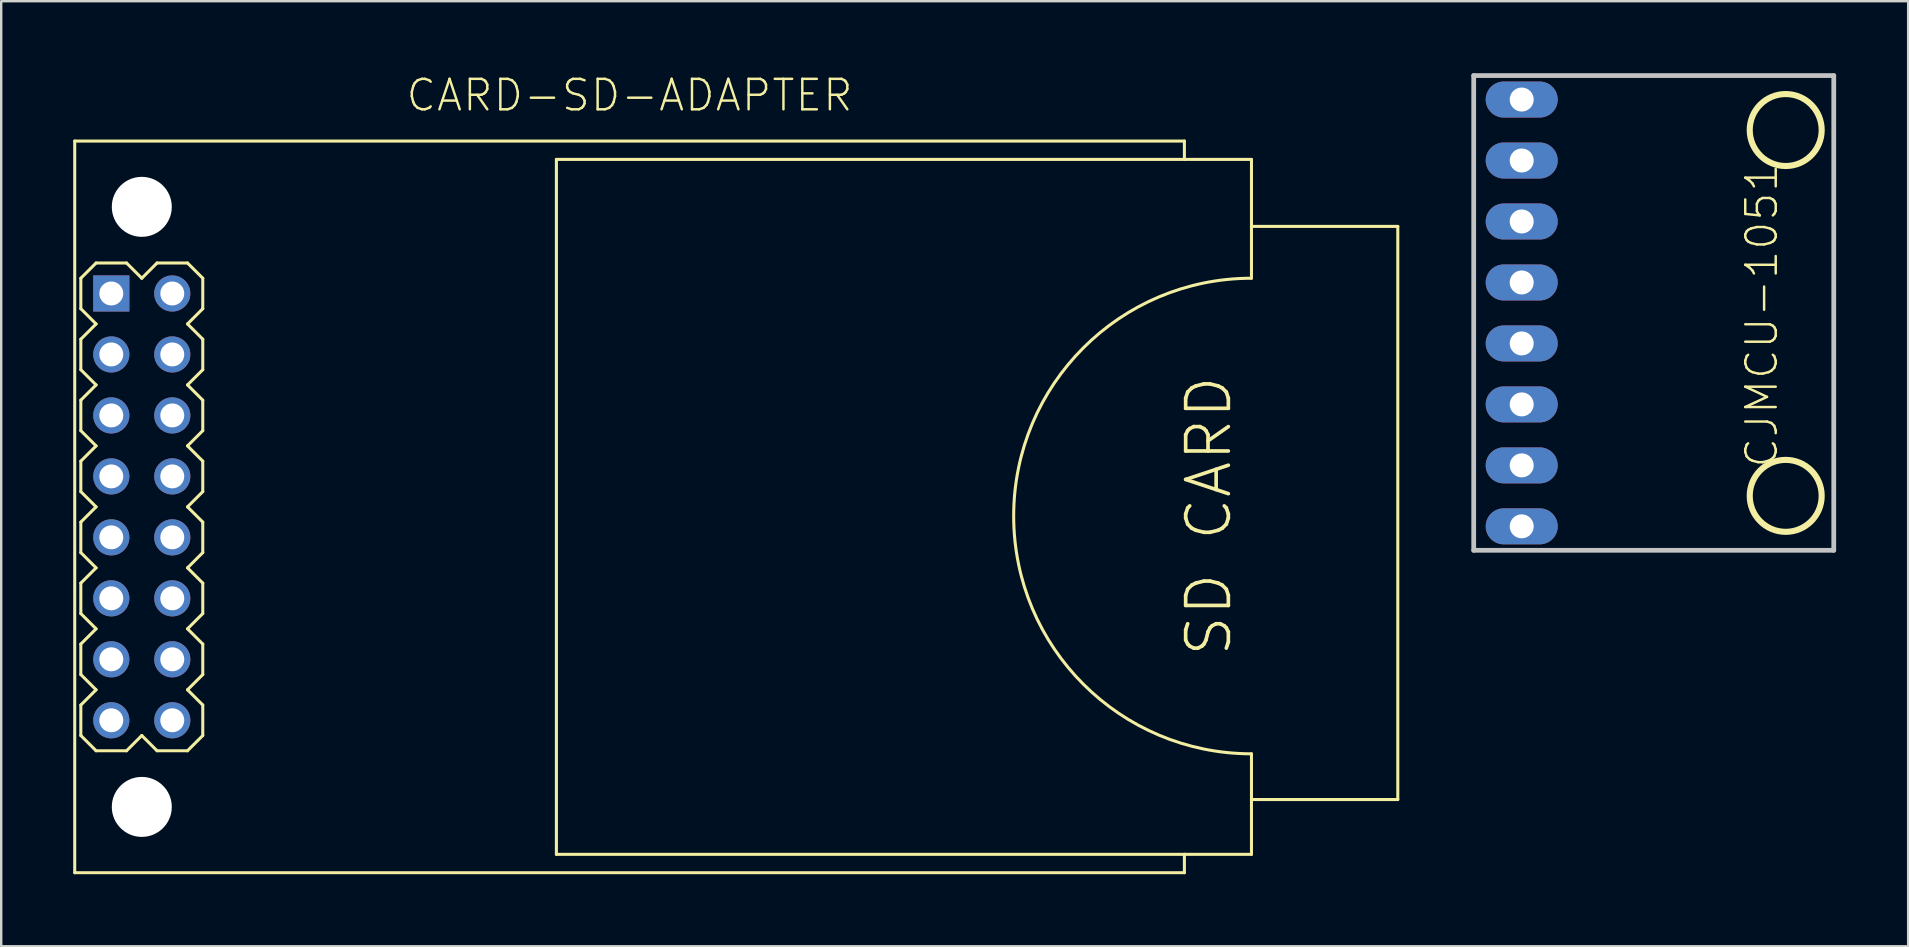
<source format=kicad_pcb>
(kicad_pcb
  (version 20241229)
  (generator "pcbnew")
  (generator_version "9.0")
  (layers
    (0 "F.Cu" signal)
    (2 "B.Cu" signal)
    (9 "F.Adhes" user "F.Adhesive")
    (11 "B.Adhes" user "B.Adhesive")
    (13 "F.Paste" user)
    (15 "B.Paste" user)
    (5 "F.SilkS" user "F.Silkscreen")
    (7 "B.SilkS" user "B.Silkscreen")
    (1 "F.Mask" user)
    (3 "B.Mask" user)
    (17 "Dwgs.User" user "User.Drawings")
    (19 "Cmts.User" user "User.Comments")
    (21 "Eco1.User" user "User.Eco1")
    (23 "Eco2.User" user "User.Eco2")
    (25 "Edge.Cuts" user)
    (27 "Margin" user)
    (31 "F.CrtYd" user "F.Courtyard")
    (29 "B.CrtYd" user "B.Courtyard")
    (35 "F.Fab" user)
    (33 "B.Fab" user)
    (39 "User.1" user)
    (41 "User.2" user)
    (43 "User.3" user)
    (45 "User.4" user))
  (footprint "CARD-SD-ADAPTER"
    (layer "F.Cu")
    (at 23.177 18.066)
    (property "Reference" "CARD-SD-ADAPTER" (at 0 -17.145 0) (layer "F.SilkS") (effects (font (size 1.27 1.27) (thickness 0.102))))
    (attr exclude_from_pos_files exclude_from_bom)
    (fp_line (start -23.114 -15.24) (end 23.114 -15.24) (stroke (width 0.127) (type solid)) (layer "F.SilkS"))
    (fp_line (start -23.114 15.24) (end -23.114 -15.24) (stroke (width 0.127) (type solid)) (layer "F.SilkS"))
    (fp_line (start -22.86 -9.525) (end -22.225 -10.16) (stroke (width 0.127) (type solid)) (layer "F.SilkS"))
    (fp_line (start -22.86 -8.255) (end -22.86 -9.525) (stroke (width 0.127) (type solid)) (layer "F.SilkS"))
    (fp_line (start -22.86 -6.985) (end -22.225 -7.62) (stroke (width 0.127) (type solid)) (layer "F.SilkS"))
    (fp_line (start -22.86 -5.715) (end -22.86 -6.985) (stroke (width 0.127) (type solid)) (layer "F.SilkS"))
    (fp_line (start -22.86 -4.445) (end -22.225 -5.08) (stroke (width 0.127) (type solid)) (layer "F.SilkS"))
    (fp_line (start -22.86 -3.175) (end -22.86 -4.445) (stroke (width 0.127) (type solid)) (layer "F.SilkS"))
    (fp_line (start -22.86 -1.905) (end -22.225 -2.54) (stroke (width 0.127) (type solid)) (layer "F.SilkS"))
    (fp_line (start -22.86 -0.635) (end -22.86 -1.905) (stroke (width 0.127) (type solid)) (layer "F.SilkS"))
    (fp_line (start -22.86 0.635) (end -22.225 0) (stroke (width 0.127) (type solid)) (layer "F.SilkS"))
    (fp_line (start -22.86 1.905) (end -22.86 0.635) (stroke (width 0.127) (type solid)) (layer "F.SilkS"))
    (fp_line (start -22.86 3.175) (end -22.225 2.54) (stroke (width 0.127) (type solid)) (layer "F.SilkS"))
    (fp_line (start -22.86 4.445) (end -22.86 3.175) (stroke (width 0.127) (type solid)) (layer "F.SilkS"))
    (fp_line (start -22.86 5.715) (end -22.225 5.08) (stroke (width 0.127) (type solid)) (layer "F.SilkS"))
    (fp_line (start -22.86 6.985) (end -22.86 5.715) (stroke (width 0.127) (type solid)) (layer "F.SilkS"))
    (fp_line (start -22.86 8.255) (end -22.225 7.62) (stroke (width 0.127) (type solid)) (layer "F.SilkS"))
    (fp_line (start -22.86 9.525) (end -22.86 8.255) (stroke (width 0.127) (type solid)) (layer "F.SilkS"))
    (fp_line (start -22.225 -10.16) (end -20.955 -10.16) (stroke (width 0.127) (type solid)) (layer "F.SilkS"))
    (fp_line (start -22.225 -7.62) (end -22.86 -8.255) (stroke (width 0.127) (type solid)) (layer "F.SilkS"))
    (fp_line (start -22.225 -5.08) (end -22.86 -5.715) (stroke (width 0.127) (type solid)) (layer "F.SilkS"))
    (fp_line (start -22.225 -2.54) (end -22.86 -3.175) (stroke (width 0.127) (type solid)) (layer "F.SilkS"))
    (fp_line (start -22.225 0) (end -22.86 -0.635) (stroke (width 0.127) (type solid)) (layer "F.SilkS"))
    (fp_line (start -22.225 2.54) (end -22.86 1.905) (stroke (width 0.127) (type solid)) (layer "F.SilkS"))
    (fp_line (start -22.225 5.08) (end -22.86 4.445) (stroke (width 0.127) (type solid)) (layer "F.SilkS"))
    (fp_line (start -22.225 7.62) (end -22.86 6.985) (stroke (width 0.127) (type solid)) (layer "F.SilkS"))
    (fp_line (start -22.225 10.16) (end -22.86 9.525) (stroke (width 0.127) (type solid)) (layer "F.SilkS"))
    (fp_line (start -20.955 -10.16) (end -20.32 -9.525) (stroke (width 0.127) (type solid)) (layer "F.SilkS"))
    (fp_line (start -20.955 10.16) (end -22.225 10.16) (stroke (width 0.127) (type solid)) (layer "F.SilkS"))
    (fp_line (start -20.32 -9.525) (end -19.685 -10.16) (stroke (width 0.127) (type solid)) (layer "F.SilkS"))
    (fp_line (start -20.32 9.525) (end -20.955 10.16) (stroke (width 0.127) (type solid)) (layer "F.SilkS"))
    (fp_line (start -19.685 -10.16) (end -18.415 -10.16) (stroke (width 0.127) (type solid)) (layer "F.SilkS"))
    (fp_line (start -19.685 10.16) (end -20.32 9.525) (stroke (width 0.127) (type solid)) (layer "F.SilkS"))
    (fp_line (start -18.415 -10.16) (end -17.78 -9.525) (stroke (width 0.127) (type solid)) (layer "F.SilkS"))
    (fp_line (start -18.415 -7.62) (end -17.78 -6.985) (stroke (width 0.127) (type solid)) (layer "F.SilkS"))
    (fp_line (start -18.415 -5.08) (end -17.78 -4.445) (stroke (width 0.127) (type solid)) (layer "F.SilkS"))
    (fp_line (start -18.415 -2.54) (end -17.78 -1.905) (stroke (width 0.127) (type solid)) (layer "F.SilkS"))
    (fp_line (start -18.415 0) (end -17.78 0.635) (stroke (width 0.127) (type solid)) (layer "F.SilkS"))
    (fp_line (start -18.415 2.54) (end -17.78 3.175) (stroke (width 0.127) (type solid)) (layer "F.SilkS"))
    (fp_line (start -18.415 5.08) (end -17.78 5.715) (stroke (width 0.127) (type solid)) (layer "F.SilkS"))
    (fp_line (start -18.415 7.62) (end -17.78 8.255) (stroke (width 0.127) (type solid)) (layer "F.SilkS"))
    (fp_line (start -18.415 10.16) (end -19.685 10.16) (stroke (width 0.127) (type solid)) (layer "F.SilkS"))
    (fp_line (start -17.78 -9.525) (end -17.78 -8.255) (stroke (width 0.127) (type solid)) (layer "F.SilkS"))
    (fp_line (start -17.78 -8.255) (end -18.415 -7.62) (stroke (width 0.127) (type solid)) (layer "F.SilkS"))
    (fp_line (start -17.78 -6.985) (end -17.78 -5.715) (stroke (width 0.127) (type solid)) (layer "F.SilkS"))
    (fp_line (start -17.78 -5.715) (end -18.415 -5.08) (stroke (width 0.127) (type solid)) (layer "F.SilkS"))
    (fp_line (start -17.78 -4.445) (end -17.78 -3.175) (stroke (width 0.127) (type solid)) (layer "F.SilkS"))
    (fp_line (start -17.78 -3.175) (end -18.415 -2.54) (stroke (width 0.127) (type solid)) (layer "F.SilkS"))
    (fp_line (start -17.78 -1.905) (end -17.78 -0.635) (stroke (width 0.127) (type solid)) (layer "F.SilkS"))
    (fp_line (start -17.78 -0.635) (end -18.415 0) (stroke (width 0.127) (type solid)) (layer "F.SilkS"))
    (fp_line (start -17.78 0.635) (end -17.78 1.905) (stroke (width 0.127) (type solid)) (layer "F.SilkS"))
    (fp_line (start -17.78 1.905) (end -18.415 2.54) (stroke (width 0.127) (type solid)) (layer "F.SilkS"))
    (fp_line (start -17.78 3.175) (end -17.78 4.445) (stroke (width 0.127) (type solid)) (layer "F.SilkS"))
    (fp_line (start -17.78 4.445) (end -18.415 5.08) (stroke (width 0.127) (type solid)) (layer "F.SilkS"))
    (fp_line (start -17.78 5.715) (end -17.78 6.985) (stroke (width 0.127) (type solid)) (layer "F.SilkS"))
    (fp_line (start -17.78 6.985) (end -18.415 7.62) (stroke (width 0.127) (type solid)) (layer "F.SilkS"))
    (fp_line (start -17.78 8.255) (end -17.78 9.525) (stroke (width 0.127) (type solid)) (layer "F.SilkS"))
    (fp_line (start -17.78 9.525) (end -18.415 10.16) (stroke (width 0.127) (type solid)) (layer "F.SilkS"))
    (fp_line (start -3.048 -14.475) (end -3.048 14.475) (stroke (width 0.127) (type solid)) (layer "F.SilkS"))
    (fp_line (start -3.048 14.475) (end 23.114 14.475) (stroke (width 0.127) (type solid)) (layer "F.SilkS"))
    (fp_line (start 23.114 -15.24) (end 23.114 -14.475) (stroke (width 0.127) (type solid)) (layer "F.SilkS"))
    (fp_line (start 23.114 -14.475) (end -3.048 -14.475) (stroke (width 0.127) (type solid)) (layer "F.SilkS"))
    (fp_line (start 23.114 14.475) (end 25.908 14.475) (stroke (width 0.127) (type solid)) (layer "F.SilkS"))
    (fp_line (start 23.114 15.24) (end -23.114 15.24) (stroke (width 0.127) (type solid)) (layer "F.SilkS"))
    (fp_line (start 23.114 15.24) (end 23.114 14.475) (stroke (width 0.127) (type solid)) (layer "F.SilkS"))
    (fp_line (start 25.908 -14.475) (end 23.114 -14.475) (stroke (width 0.127) (type solid)) (layer "F.SilkS"))
    (fp_line (start 25.908 -14.475) (end 25.908 -11.684) (stroke (width 0.127) (type solid)) (layer "F.SilkS"))
    (fp_line (start 25.908 -11.684) (end 25.908 -9.525) (stroke (width 0.127) (type solid)) (layer "F.SilkS"))
    (fp_line (start 25.908 -11.684) (end 32.004 -11.684) (stroke (width 0.127) (type solid)) (layer "F.SilkS"))
    (fp_line (start 25.908 12.192) (end 25.908 10.287) (stroke (width 0.127) (type solid)) (layer "F.SilkS"))
    (fp_line (start 25.908 14.475) (end 25.908 12.192) (stroke (width 0.127) (type solid)) (layer "F.SilkS"))
    (fp_line (start 32.004 -11.684) (end 32.004 12.192) (stroke (width 0.127) (type solid)) (layer "F.SilkS"))
    (fp_line (start 32.004 12.192) (end 25.908 12.192) (stroke (width 0.127) (type solid)) (layer "F.SilkS"))
    (fp_arc (start 25.908 10.287) (mid 16.002 0.381) (end 25.908 -9.525) (stroke (width 0.127) (type solid)) (layer "F.SilkS"))
    (fp_text user "SD CARD" (at 24.13 0.381 90) (layer "F.SilkS") (effects (font (size 1.778 1.778) (thickness 0.152))))
    (pad "" np_thru_hole circle (at -20.32 -12.499) (size 2.499 2.499) (drill 2.499) (layers "*.Cu" "*.Mask"))
    (pad "" np_thru_hole circle (at -20.32 12.499) (size 2.499 2.499) (drill 2.499) (layers "*.Cu" "*.Mask"))
    (pad "1" thru_hole rect (at -21.59 -8.89) (size 1.506 1.506) (drill 0.998) (layers "*.Cu" "*.Paste" "*.Mask"))
    (pad "2" thru_hole circle (at -19.05 -8.89) (size 1.506 1.506) (drill 0.998) (layers "*.Cu" "*.Paste" "*.Mask"))
    (pad "3" thru_hole circle (at -21.59 -6.35) (size 1.506 1.506) (drill 0.998) (layers "*.Cu" "*.Paste" "*.Mask"))
    (pad "4" thru_hole circle (at -19.05 -6.35) (size 1.506 1.506) (drill 0.998) (layers "*.Cu" "*.Paste" "*.Mask"))
    (pad "5" thru_hole circle (at -21.59 -3.81) (size 1.506 1.506) (drill 0.998) (layers "*.Cu" "*.Paste" "*.Mask"))
    (pad "6" thru_hole circle (at -19.05 -3.81) (size 1.506 1.506) (drill 0.998) (layers "*.Cu" "*.Paste" "*.Mask"))
    (pad "7" thru_hole circle (at -21.59 -1.27) (size 1.506 1.506) (drill 0.998) (layers "*.Cu" "*.Paste" "*.Mask"))
    (pad "8" thru_hole circle (at -19.05 -1.27) (size 1.506 1.506) (drill 0.998) (layers "*.Cu" "*.Paste" "*.Mask"))
    (pad "9" thru_hole circle (at -21.59 1.27) (size 1.506 1.506) (drill 0.998) (layers "*.Cu" "*.Paste" "*.Mask"))
    (pad "10" thru_hole circle (at -19.05 1.27) (size 1.506 1.506) (drill 0.998) (layers "*.Cu" "*.Paste" "*.Mask"))
    (pad "11" thru_hole circle (at -21.59 3.81) (size 1.506 1.506) (drill 0.998) (layers "*.Cu" "*.Paste" "*.Mask"))
    (pad "12" thru_hole circle (at -19.05 3.81) (size 1.506 1.506) (drill 0.998) (layers "*.Cu" "*.Paste" "*.Mask"))
    (pad "13" thru_hole circle (at -21.59 6.35) (size 1.506 1.506) (drill 0.998) (layers "*.Cu" "*.Paste" "*.Mask"))
    (pad "14" thru_hole circle (at -19.05 6.35) (size 1.506 1.506) (drill 0.998) (layers "*.Cu" "*.Paste" "*.Mask"))
    (pad "15" thru_hole circle (at -21.59 8.89) (size 1.506 1.506) (drill 0.998) (layers "*.Cu" "*.Paste" "*.Mask"))
    (pad "16" thru_hole circle (at -19.05 8.89) (size 1.506 1.506) (drill 0.998) (layers "*.Cu" "*.Paste" "*.Mask")))
  (footprint "CJMCU-1051"
    (layer "F.Cu")
    (at 60.343 1.097)
    (property "Reference" "CJMCU-1051" (at 10 8.999 90) (layer "F.SilkS") (effects (font (size 1.27 1.27) (thickness 0.102))))
    (attr through_hole exclude_from_pos_files exclude_from_bom)
    (fp_circle (center 10.998 1.27) (end 10.998 -0.229) (stroke (width 0.254) (type solid)) (fill no) (layer "F.SilkS"))
    (fp_circle (center 10.998 16.51) (end 10.998 15.011) (stroke (width 0.254) (type solid)) (fill no) (layer "F.SilkS"))
    (fp_line (start -1.999 -0.998) (end -1.999 18.778) (stroke (width 0.198) (type solid)) (layer "Dwgs.User"))
    (fp_line (start -1.999 -0.998) (end 13 -0.998) (stroke (width 0.198) (type solid)) (layer "Dwgs.User"))
    (fp_line (start -1.999 18.778) (end 13 18.778) (stroke (width 0.198) (type solid)) (layer "Dwgs.User"))
    (fp_line (start 13 -0.998) (end 13 18.778) (stroke (width 0.198) (type solid)) (layer "Dwgs.User"))
    (pad "CANH" thru_hole oval (at 0 10.16 90) (size 1.5 3) (drill 1) (layers "*.Cu" "*.Paste" "*.Mask"))
    (pad "CANL" thru_hole oval (at 0 12.7 90) (size 1.5 3) (drill 1) (layers "*.Cu" "*.Paste" "*.Mask"))
    (pad "CRX" thru_hole oval (at 0 7.62 90) (size 1.5 3) (drill 1) (layers "*.Cu" "*.Paste" "*.Mask"))
    (pad "CTX" thru_hole oval (at 0 5.08 90) (size 1.5 3) (drill 1) (layers "*.Cu" "*.Paste" "*.Mask"))
    (pad "GND" thru_hole oval (at 0 2.54 90) (size 1.5 3) (drill 1) (layers "*.Cu" "*.Paste" "*.Mask"))
    (pad "NC" thru_hole oval (at 0 17.78 90) (size 1.5 3) (drill 1) (layers "*.Cu" "*.Paste" "*.Mask"))
    (pad "S" thru_hole oval (at 0 15.24 90) (size 1.5 3) (drill 1) (layers "*.Cu" "*.Paste" "*.Mask"))
    (pad "VCC" thru_hole oval (at 0 0 90) (size 1.5 3) (drill 1) (layers "*.Cu" "*.Paste" "*.Mask")))
  (gr_rect
    (start -3 -3)
    (end 76.442 36.37)
    (stroke (width 0.1) (type default))
    (fill no)
    (layer "Edge.Cuts")))
</source>
